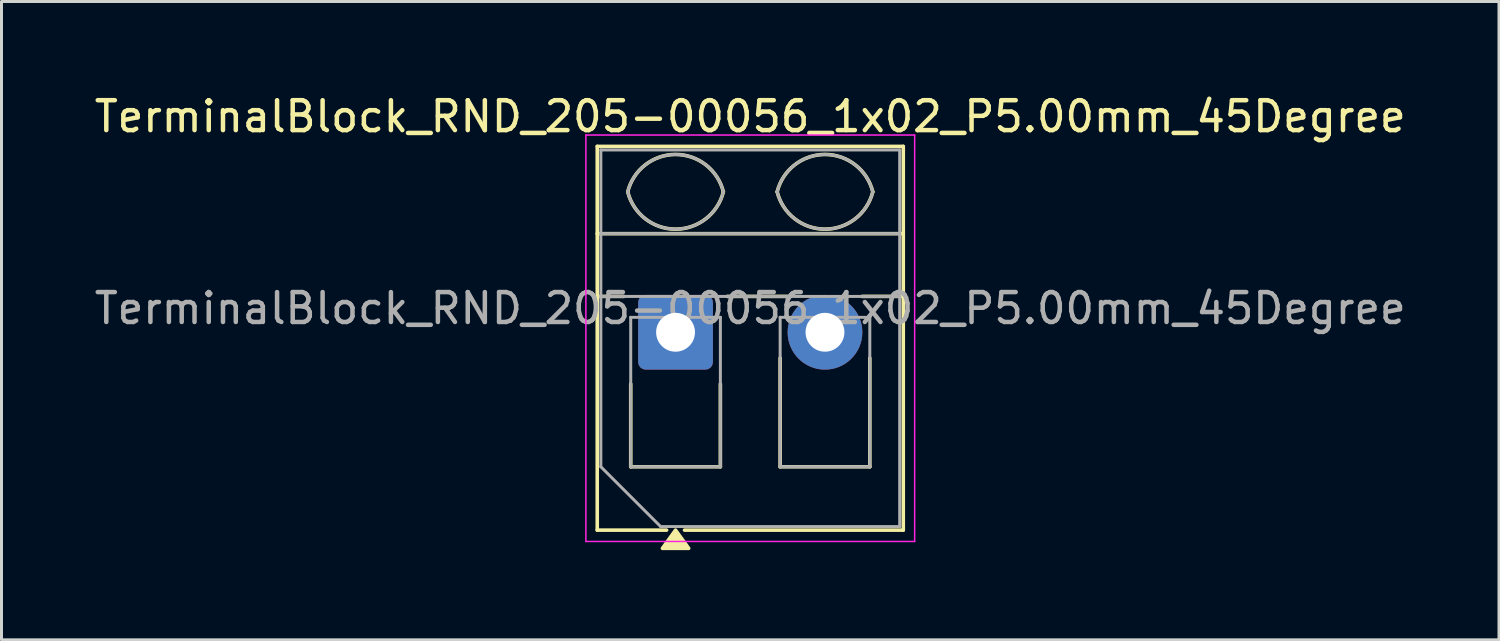
<source format=kicad_pcb>
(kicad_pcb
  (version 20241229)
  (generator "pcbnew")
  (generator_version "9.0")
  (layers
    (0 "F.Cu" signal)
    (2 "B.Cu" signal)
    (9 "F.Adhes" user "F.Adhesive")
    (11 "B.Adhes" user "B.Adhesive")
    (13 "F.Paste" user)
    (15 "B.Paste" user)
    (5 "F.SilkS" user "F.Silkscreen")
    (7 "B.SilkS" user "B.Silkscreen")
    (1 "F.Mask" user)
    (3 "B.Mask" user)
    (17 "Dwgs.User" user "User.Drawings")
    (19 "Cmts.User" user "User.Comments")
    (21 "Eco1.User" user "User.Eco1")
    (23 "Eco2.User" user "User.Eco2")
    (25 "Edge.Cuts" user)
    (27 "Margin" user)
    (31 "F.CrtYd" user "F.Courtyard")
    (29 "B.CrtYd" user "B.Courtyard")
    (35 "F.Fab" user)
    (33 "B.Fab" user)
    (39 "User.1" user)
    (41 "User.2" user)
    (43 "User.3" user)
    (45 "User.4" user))
  (footprint "TerminalBlock_RND_205-00056_1x02_P5.00mm_45Degree"
    (layer "F.Cu")
    (at 19.554 8.068)
    (property "Reference" "TerminalBlock_RND_205-00056_1x02_P5.00mm_45Degree" (at 2.5 -7.22 0) (layer "F.SilkS") (effects (font (size 1 1) (thickness 0.15))))
    (attr through_hole)
    (fp_line (start -2.62 -6.22) (end 7.62 -6.22) (stroke (width 0.12) (type solid)) (layer "F.SilkS"))
    (fp_line (start -2.62 -3.3) (end 7.62 -3.3) (stroke (width 0.12) (type solid)) (layer "F.SilkS"))
    (fp_line (start -2.62 -1.2) (end -1.73 -1.2) (stroke (width 0.12) (type solid)) (layer "F.SilkS"))
    (fp_line (start -2.62 6.62) (end -2.62 -6.22) (stroke (width 0.12) (type solid)) (layer "F.SilkS"))
    (fp_line (start -1.5 4.5) (end -1.5 1.73) (stroke (width 0.12) (type solid)) (layer "F.SilkS"))
    (fp_line (start -0.3 6.62) (end -2.62 6.62) (stroke (width 0.12) (type solid)) (layer "F.SilkS"))
    (fp_line (start 1.5 1.73) (end 1.5 4.5) (stroke (width 0.12) (type solid)) (layer "F.SilkS"))
    (fp_line (start 1.5 4.5) (end -1.5 4.5) (stroke (width 0.12) (type solid)) (layer "F.SilkS"))
    (fp_line (start 1.73 -1.2) (end 3.754 -1.2) (stroke (width 0.12) (type solid)) (layer "F.SilkS"))
    (fp_line (start 3.5 4.5) (end 3.5 0.862) (stroke (width 0.12) (type solid)) (layer "F.SilkS"))
    (fp_line (start 6.246 -1.2) (end 7.62 -1.2) (stroke (width 0.12) (type solid)) (layer "F.SilkS"))
    (fp_line (start 6.5 0.862) (end 6.5 4.5) (stroke (width 0.12) (type solid)) (layer "F.SilkS"))
    (fp_line (start 6.5 4.5) (end 3.5 4.5) (stroke (width 0.12) (type solid)) (layer "F.SilkS"))
    (fp_line (start 7.62 -6.22) (end 7.62 6.62) (stroke (width 0.12) (type solid)) (layer "F.SilkS"))
    (fp_line (start 7.62 6.62) (end 0.3 6.62) (stroke (width 0.12) (type solid)) (layer "F.SilkS"))
    (fp_arc (start -1.6 -4.7) (mid 0 -5.95) (end 1.6 -4.7) (stroke (width 0.12) (type solid)) (layer "F.SilkS"))
    (fp_arc (start 1.6 -4.7) (mid 0 -3.45) (end -1.6 -4.7) (stroke (width 0.12) (type solid)) (layer "F.SilkS"))
    (fp_arc (start 3.4 -4.7) (mid 5 -5.95) (end 6.6 -4.7) (stroke (width 0.12) (type solid)) (layer "F.SilkS"))
    (fp_arc (start 6.6 -4.7) (mid 5 -3.45) (end 3.4 -4.7) (stroke (width 0.12) (type solid)) (layer "F.SilkS"))
    (fp_poly (pts (xy 0 6.62) (xy 0.44 7.23) (xy -0.44 7.23)) (stroke (width 0.12) (type solid)) (fill yes) (layer "F.SilkS"))
    (fp_line (start -3 -6.6) (end -3 7) (stroke (width 0.05) (type solid)) (layer "F.CrtYd"))
    (fp_line (start -3 7) (end 8 7) (stroke (width 0.05) (type solid)) (layer "F.CrtYd"))
    (fp_line (start 8 -6.6) (end -3 -6.6) (stroke (width 0.05) (type solid)) (layer "F.CrtYd"))
    (fp_line (start 8 7) (end 8 -6.6) (stroke (width 0.05) (type solid)) (layer "F.CrtYd"))
    (fp_line (start -2.5 -6.1) (end 7.5 -6.1) (stroke (width 0.1) (type solid)) (layer "F.Fab"))
    (fp_line (start -2.5 -3.3) (end 7.5 -3.3) (stroke (width 0.1) (type solid)) (layer "F.Fab"))
    (fp_line (start -2.5 -1.2) (end 7.5 -1.2) (stroke (width 0.1) (type solid)) (layer "F.Fab"))
    (fp_line (start -2.5 4.5) (end -2.5 -6.1) (stroke (width 0.1) (type solid)) (layer "F.Fab"))
    (fp_line (start -1.5 -0.5) (end -1.5 4.5) (stroke (width 0.1) (type solid)) (layer "F.Fab"))
    (fp_line (start -1.5 4.5) (end 1.5 4.5) (stroke (width 0.1) (type solid)) (layer "F.Fab"))
    (fp_line (start -0.5 6.5) (end -2.5 4.5) (stroke (width 0.1) (type solid)) (layer "F.Fab"))
    (fp_line (start 1.5 -0.5) (end -1.5 -0.5) (stroke (width 0.1) (type solid)) (layer "F.Fab"))
    (fp_line (start 1.5 4.5) (end 1.5 -0.5) (stroke (width 0.1) (type solid)) (layer "F.Fab"))
    (fp_line (start 3.5 -0.5) (end 3.5 4.5) (stroke (width 0.1) (type solid)) (layer "F.Fab"))
    (fp_line (start 3.5 4.5) (end 6.5 4.5) (stroke (width 0.1) (type solid)) (layer "F.Fab"))
    (fp_line (start 6.5 -0.5) (end 3.5 -0.5) (stroke (width 0.1) (type solid)) (layer "F.Fab"))
    (fp_line (start 6.5 4.5) (end 6.5 -0.5) (stroke (width 0.1) (type solid)) (layer "F.Fab"))
    (fp_line (start 7.5 -6.1) (end 7.5 6.5) (stroke (width 0.1) (type solid)) (layer "F.Fab"))
    (fp_line (start 7.5 6.5) (end -0.5 6.5) (stroke (width 0.1) (type solid)) (layer "F.Fab"))
    (fp_arc (start -1.6 -4.7) (mid 0 -5.95) (end 1.6 -4.7) (stroke (width 0.1) (type solid)) (layer "F.Fab"))
    (fp_arc (start 1.6 -4.7) (mid 0 -3.45) (end -1.6 -4.7) (stroke (width 0.1) (type solid)) (layer "F.Fab"))
    (fp_arc (start 3.4 -4.7) (mid 5 -5.95) (end 6.6 -4.7) (stroke (width 0.1) (type solid)) (layer "F.Fab"))
    (fp_arc (start 6.6 -4.7) (mid 5 -3.45) (end 3.4 -4.7) (stroke (width 0.1) (type solid)) (layer "F.Fab"))
    (fp_text user "${REFERENCE}" (at 2.5 -0.8 0) (layer "F.Fab") (effects (font (size 1 1) (thickness 0.15))))
    (pad "1" thru_hole roundrect (at 0 0) (size 2.5 2.5) (drill 1.3) (layers "*.Cu" "*.Mask") (roundrect_rratio 0.1))
    (pad "2" thru_hole circle (at 5 0) (size 2.5 2.5) (drill 1.3) (layers "*.Cu" "*.Mask")))
  (gr_rect
    (start -3 -3)
    (end 47.107 18.358)
    (stroke (width 0.1) (type default))
    (fill no)
    (layer "Edge.Cuts")))
</source>
